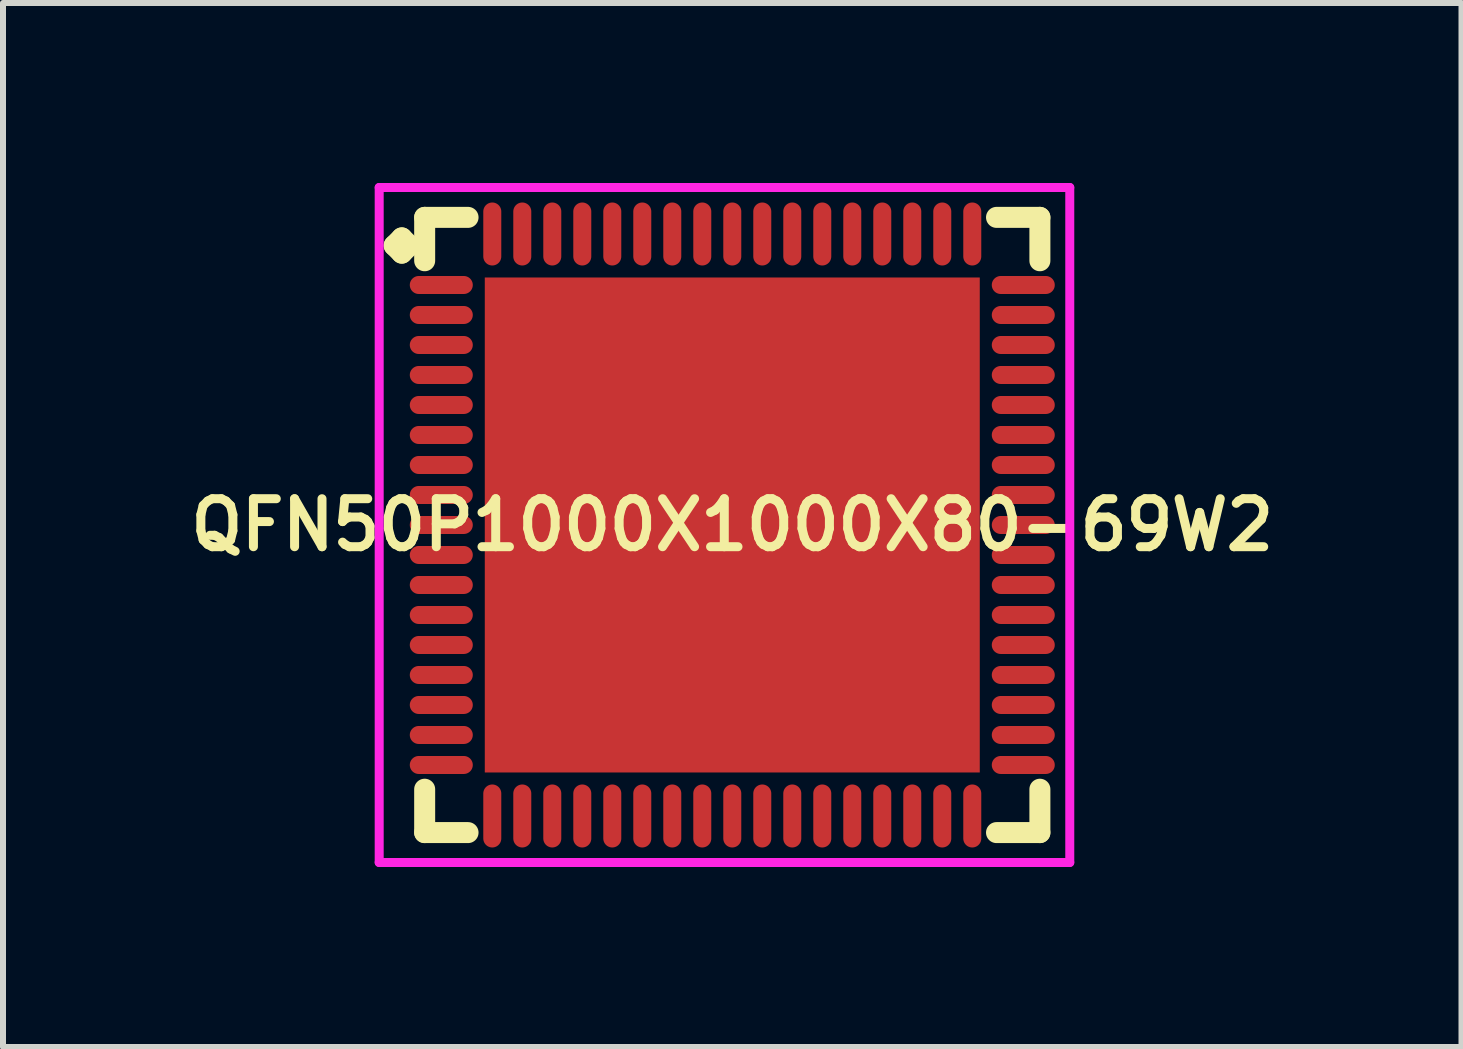
<source format=kicad_pcb>
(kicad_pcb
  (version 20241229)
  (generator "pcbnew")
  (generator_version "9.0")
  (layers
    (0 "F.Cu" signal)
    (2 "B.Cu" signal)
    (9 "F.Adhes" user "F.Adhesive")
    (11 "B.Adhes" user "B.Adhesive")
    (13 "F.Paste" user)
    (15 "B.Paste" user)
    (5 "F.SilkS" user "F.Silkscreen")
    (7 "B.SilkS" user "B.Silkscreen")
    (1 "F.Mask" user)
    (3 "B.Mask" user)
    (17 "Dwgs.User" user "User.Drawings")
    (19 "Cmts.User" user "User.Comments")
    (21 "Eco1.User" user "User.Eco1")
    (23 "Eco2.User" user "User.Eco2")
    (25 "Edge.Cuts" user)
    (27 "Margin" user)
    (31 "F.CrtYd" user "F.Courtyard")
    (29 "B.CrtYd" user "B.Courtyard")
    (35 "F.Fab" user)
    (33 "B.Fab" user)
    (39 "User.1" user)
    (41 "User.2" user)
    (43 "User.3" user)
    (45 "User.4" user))
  (footprint "QFN50P1000X1000X80-69W2"
    (layer "F.Cu")
    (at 9.155 5.7)
    (property "Reference" "QFN50P1000X1000X80-69W2" (at 0 0 0) (layer "F.SilkS") (effects (font (size 0.8 0.8) (thickness 0.15))))
    (attr through_hole)
    (fp_line (start -5.635 -4.658) (end -5.508 -4.785) (stroke (width 0.35) (type solid)) (layer "F.SilkS"))
    (fp_line (start -5.508 -4.785) (end -5.381 -4.658) (stroke (width 0.35) (type solid)) (layer "F.SilkS"))
    (fp_line (start -5.508 -4.531) (end -5.635 -4.658) (stroke (width 0.35) (type solid)) (layer "F.SilkS"))
    (fp_line (start -5.381 -4.658) (end -5.508 -4.531) (stroke (width 0.35) (type solid)) (layer "F.SilkS"))
    (fp_line (start -5.127 -5.127) (end -4.404 -5.127) (stroke (width 0.35) (type solid)) (layer "F.SilkS"))
    (fp_line (start -5.127 -4.404) (end -5.127 -5.127) (stroke (width 0.35) (type solid)) (layer "F.SilkS"))
    (fp_line (start -5.127 4.404) (end -5.127 5.127) (stroke (width 0.35) (type solid)) (layer "F.SilkS"))
    (fp_line (start -5.127 5.127) (end -4.404 5.127) (stroke (width 0.35) (type solid)) (layer "F.SilkS"))
    (fp_line (start 4.404 -5.127) (end 5.127 -5.127) (stroke (width 0.35) (type solid)) (layer "F.SilkS"))
    (fp_line (start 4.404 5.127) (end 5.127 5.127) (stroke (width 0.35) (type solid)) (layer "F.SilkS"))
    (fp_line (start 5.127 -5.127) (end 5.127 -4.404) (stroke (width 0.35) (type solid)) (layer "F.SilkS"))
    (fp_line (start 5.127 5.127) (end 5.127 4.404) (stroke (width 0.35) (type solid)) (layer "F.SilkS"))
    (fp_line (start -5.885 -5.625) (end 5.625 -5.625) (stroke (width 0.15) (type solid)) (layer "F.CrtYd"))
    (fp_line (start -5.885 5.625) (end -5.885 -5.625) (stroke (width 0.15) (type solid)) (layer "F.CrtYd"))
    (fp_line (start 5.625 -5.625) (end 5.625 5.625) (stroke (width 0.15) (type solid)) (layer "F.CrtYd"))
    (fp_line (start 5.625 5.625) (end -5.885 5.625) (stroke (width 0.15) (type solid)) (layer "F.CrtYd"))
    (pad "1" smd oval (at -4.85 -4) (size 1.05 0.3) (layers "F.Cu" "F.Mask" "F.Paste"))
    (pad "2" smd oval (at -4.85 -3.5) (size 1.05 0.3) (layers "F.Cu" "F.Mask" "F.Paste"))
    (pad "3" smd oval (at -4.85 -3) (size 1.05 0.3) (layers "F.Cu" "F.Mask" "F.Paste"))
    (pad "4" smd oval (at -4.85 -2.5) (size 1.05 0.3) (layers "F.Cu" "F.Mask" "F.Paste"))
    (pad "5" smd oval (at -4.85 -2) (size 1.05 0.3) (layers "F.Cu" "F.Mask" "F.Paste"))
    (pad "6" smd oval (at -4.85 -1.5) (size 1.05 0.3) (layers "F.Cu" "F.Mask" "F.Paste"))
    (pad "7" smd oval (at -4.85 -1) (size 1.05 0.3) (layers "F.Cu" "F.Mask" "F.Paste"))
    (pad "8" smd oval (at -4.85 -0.5) (size 1.05 0.3) (layers "F.Cu" "F.Mask" "F.Paste"))
    (pad "9" smd oval (at -4.85 0) (size 1.05 0.3) (layers "F.Cu" "F.Mask" "F.Paste"))
    (pad "10" smd oval (at -4.85 0.5) (size 1.05 0.3) (layers "F.Cu" "F.Mask" "F.Paste"))
    (pad "11" smd oval (at -4.85 1) (size 1.05 0.3) (layers "F.Cu" "F.Mask" "F.Paste"))
    (pad "12" smd oval (at -4.85 1.5) (size 1.05 0.3) (layers "F.Cu" "F.Mask" "F.Paste"))
    (pad "13" smd oval (at -4.85 2) (size 1.05 0.3) (layers "F.Cu" "F.Mask" "F.Paste"))
    (pad "14" smd oval (at -4.85 2.5) (size 1.05 0.3) (layers "F.Cu" "F.Mask" "F.Paste"))
    (pad "15" smd oval (at -4.85 3) (size 1.05 0.3) (layers "F.Cu" "F.Mask" "F.Paste"))
    (pad "16" smd oval (at -4.85 3.5) (size 1.05 0.3) (layers "F.Cu" "F.Mask" "F.Paste"))
    (pad "17" smd oval (at -4.85 4) (size 1.05 0.3) (layers "F.Cu" "F.Mask" "F.Paste"))
    (pad "18" smd oval (at -4 4.85) (size 0.3 1.05) (layers "F.Cu" "F.Mask" "F.Paste"))
    (pad "19" smd oval (at -3.5 4.85) (size 0.3 1.05) (layers "F.Cu" "F.Mask" "F.Paste"))
    (pad "20" smd oval (at -3 4.85) (size 0.3 1.05) (layers "F.Cu" "F.Mask" "F.Paste"))
    (pad "21" smd oval (at -2.5 4.85) (size 0.3 1.05) (layers "F.Cu" "F.Mask" "F.Paste"))
    (pad "22" smd oval (at -2 4.85) (size 0.3 1.05) (layers "F.Cu" "F.Mask" "F.Paste"))
    (pad "23" smd oval (at -1.5 4.85) (size 0.3 1.05) (layers "F.Cu" "F.Mask" "F.Paste"))
    (pad "24" smd oval (at -1 4.85) (size 0.3 1.05) (layers "F.Cu" "F.Mask" "F.Paste"))
    (pad "25" smd oval (at -0.5 4.85) (size 0.3 1.05) (layers "F.Cu" "F.Mask" "F.Paste"))
    (pad "26" smd oval (at 0 4.85) (size 0.3 1.05) (layers "F.Cu" "F.Mask" "F.Paste"))
    (pad "27" smd oval (at 0.5 4.85) (size 0.3 1.05) (layers "F.Cu" "F.Mask" "F.Paste"))
    (pad "28" smd oval (at 1 4.85) (size 0.3 1.05) (layers "F.Cu" "F.Mask" "F.Paste"))
    (pad "29" smd oval (at 1.5 4.85) (size 0.3 1.05) (layers "F.Cu" "F.Mask" "F.Paste"))
    (pad "30" smd oval (at 2 4.85) (size 0.3 1.05) (layers "F.Cu" "F.Mask" "F.Paste"))
    (pad "31" smd oval (at 2.5 4.85) (size 0.3 1.05) (layers "F.Cu" "F.Mask" "F.Paste"))
    (pad "32" smd oval (at 3 4.85) (size 0.3 1.05) (layers "F.Cu" "F.Mask" "F.Paste"))
    (pad "33" smd oval (at 3.5 4.85) (size 0.3 1.05) (layers "F.Cu" "F.Mask" "F.Paste"))
    (pad "34" smd oval (at 4 4.85) (size 0.3 1.05) (layers "F.Cu" "F.Mask" "F.Paste"))
    (pad "35" smd oval (at 4.85 4) (size 1.05 0.3) (layers "F.Cu" "F.Mask" "F.Paste"))
    (pad "36" smd oval (at 4.85 3.5) (size 1.05 0.3) (layers "F.Cu" "F.Mask" "F.Paste"))
    (pad "37" smd oval (at 4.85 3) (size 1.05 0.3) (layers "F.Cu" "F.Mask" "F.Paste"))
    (pad "38" smd oval (at 4.85 2.5) (size 1.05 0.3) (layers "F.Cu" "F.Mask" "F.Paste"))
    (pad "39" smd oval (at 4.85 2) (size 1.05 0.3) (layers "F.Cu" "F.Mask" "F.Paste"))
    (pad "40" smd oval (at 4.85 1.5) (size 1.05 0.3) (layers "F.Cu" "F.Mask" "F.Paste"))
    (pad "41" smd oval (at 4.85 1) (size 1.05 0.3) (layers "F.Cu" "F.Mask" "F.Paste"))
    (pad "42" smd oval (at 4.85 0.5) (size 1.05 0.3) (layers "F.Cu" "F.Mask" "F.Paste"))
    (pad "43" smd oval (at 4.85 0) (size 1.05 0.3) (layers "F.Cu" "F.Mask" "F.Paste"))
    (pad "44" smd oval (at 4.85 -0.5) (size 1.05 0.3) (layers "F.Cu" "F.Mask" "F.Paste"))
    (pad "45" smd oval (at 4.85 -1) (size 1.05 0.3) (layers "F.Cu" "F.Mask" "F.Paste"))
    (pad "46" smd oval (at 4.85 -1.5) (size 1.05 0.3) (layers "F.Cu" "F.Mask" "F.Paste"))
    (pad "47" smd oval (at 4.85 -2) (size 1.05 0.3) (layers "F.Cu" "F.Mask" "F.Paste"))
    (pad "48" smd oval (at 4.85 -2.5) (size 1.05 0.3) (layers "F.Cu" "F.Mask" "F.Paste"))
    (pad "49" smd oval (at 4.85 -3) (size 1.05 0.3) (layers "F.Cu" "F.Mask" "F.Paste"))
    (pad "50" smd oval (at 4.85 -3.5) (size 1.05 0.3) (layers "F.Cu" "F.Mask" "F.Paste"))
    (pad "51" smd oval (at 4.85 -4) (size 1.05 0.3) (layers "F.Cu" "F.Mask" "F.Paste"))
    (pad "52" smd oval (at 4 -4.85) (size 0.3 1.05) (layers "F.Cu" "F.Mask" "F.Paste"))
    (pad "53" smd oval (at 3.5 -4.85) (size 0.3 1.05) (layers "F.Cu" "F.Mask" "F.Paste"))
    (pad "54" smd oval (at 3 -4.85) (size 0.3 1.05) (layers "F.Cu" "F.Mask" "F.Paste"))
    (pad "55" smd oval (at 2.5 -4.85) (size 0.3 1.05) (layers "F.Cu" "F.Mask" "F.Paste"))
    (pad "56" smd oval (at 2 -4.85) (size 0.3 1.05) (layers "F.Cu" "F.Mask" "F.Paste"))
    (pad "57" smd oval (at 1.5 -4.85) (size 0.3 1.05) (layers "F.Cu" "F.Mask" "F.Paste"))
    (pad "58" smd oval (at 1 -4.85) (size 0.3 1.05) (layers "F.Cu" "F.Mask" "F.Paste"))
    (pad "59" smd oval (at 0.5 -4.85) (size 0.3 1.05) (layers "F.Cu" "F.Mask" "F.Paste"))
    (pad "60" smd oval (at 0 -4.85) (size 0.3 1.05) (layers "F.Cu" "F.Mask" "F.Paste"))
    (pad "61" smd oval (at -0.5 -4.85) (size 0.3 1.05) (layers "F.Cu" "F.Mask" "F.Paste"))
    (pad "62" smd oval (at -1 -4.85) (size 0.3 1.05) (layers "F.Cu" "F.Mask" "F.Paste"))
    (pad "63" smd oval (at -1.5 -4.85) (size 0.3 1.05) (layers "F.Cu" "F.Mask" "F.Paste"))
    (pad "64" smd oval (at -2 -4.85) (size 0.3 1.05) (layers "F.Cu" "F.Mask" "F.Paste"))
    (pad "65" smd oval (at -2.5 -4.85) (size 0.3 1.05) (layers "F.Cu" "F.Mask" "F.Paste"))
    (pad "66" smd oval (at -3 -4.85) (size 0.3 1.05) (layers "F.Cu" "F.Mask" "F.Paste"))
    (pad "67" smd oval (at -3.5 -4.85) (size 0.3 1.05) (layers "F.Cu" "F.Mask" "F.Paste"))
    (pad "68" smd oval (at -4 -4.85) (size 0.3 1.05) (layers "F.Cu" "F.Mask" "F.Paste"))
    (pad "69" smd rect (at 0 0) (size 8.25 8.25) (layers "F.Cu" "F.Mask" "F.Paste")))
  (gr_rect
    (start -3 -3)
    (end 21.309 14.4)
    (stroke (width 0.1) (type default))
    (fill no)
    (layer "Edge.Cuts")))
</source>
